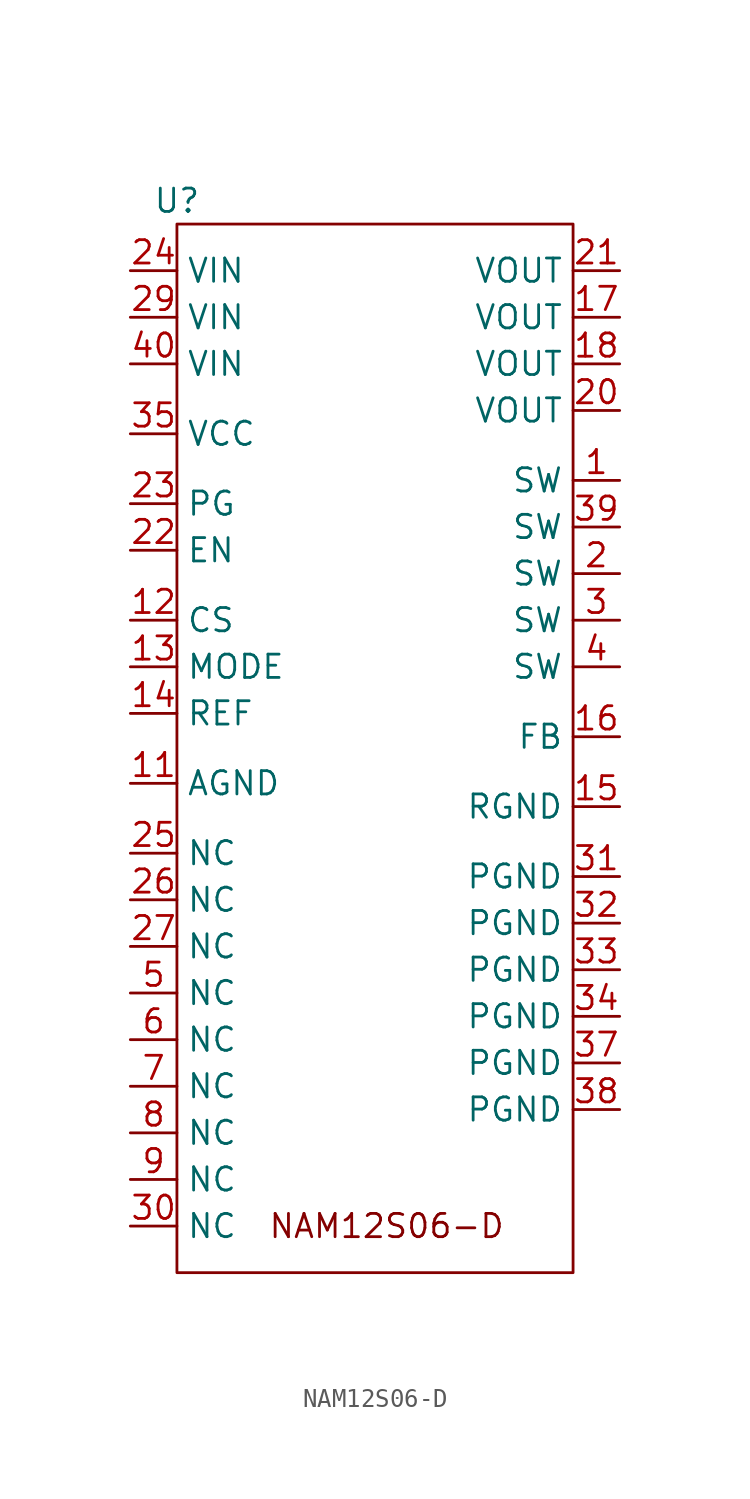
<source format=kicad_sym>
(kicad_symbol_lib
  (version 20220914)
  (generator kicad_symbol_editor)
  (symbol "NAM12S06-D"
    (property "Reference" "U"
      (at 0 0 0)
      (effects (font (size 1.27 1.27))))
    (property "Value" ""
      (at 0 0 0)
      (effects (font (size 1.27 1.27))))
    (symbol "NAM12S06-D_0_1"
      (rectangle (start 0 -1.27) (end 21.59 -58.42) (stroke (width 0) (type default)) (fill (type none))))
    (symbol "NAM12S06-D_1_1"
      (text "NAM12S06-D" (at 11.43 -55.88 0) (effects (font (size 1.27 1.27))))
      (pin bidirectional line (at 24.13 -15.24 180) (length 2.54) (name "SW" (effects (font (size 1.27 1.27)))) (number "1" (effects (font (size 1.27 1.27)))))
      (pin bidirectional line (at -2.54 -31.75 0) (length 2.54) (name "AGND" (effects (font (size 1.27 1.27)))) (number "11" (effects (font (size 1.27 1.27)))))
      (pin bidirectional line (at -2.54 -22.86 0) (length 2.54) (name "CS" (effects (font (size 1.27 1.27)))) (number "12" (effects (font (size 1.27 1.27)))))
      (pin bidirectional line (at -2.54 -25.4 0) (length 2.54) (name "MODE" (effects (font (size 1.27 1.27)))) (number "13" (effects (font (size 1.27 1.27)))))
      (pin bidirectional line (at -2.54 -27.94 0) (length 2.54) (name "REF" (effects (font (size 1.27 1.27)))) (number "14" (effects (font (size 1.27 1.27)))))
      (pin bidirectional line (at 24.13 -33.02 180) (length 2.54) (name "RGND" (effects (font (size 1.27 1.27)))) (number "15" (effects (font (size 1.27 1.27)))))
      (pin bidirectional line (at 24.13 -29.21 180) (length 2.54) (name "FB" (effects (font (size 1.27 1.27)))) (number "16" (effects (font (size 1.27 1.27)))))
      (pin bidirectional line (at 24.13 -6.35 180) (length 2.54) (name "VOUT" (effects (font (size 1.27 1.27)))) (number "17" (effects (font (size 1.27 1.27)))))
      (pin bidirectional line (at 24.13 -8.89 180) (length 2.54) (name "VOUT" (effects (font (size 1.27 1.27)))) (number "18" (effects (font (size 1.27 1.27)))))
      (pin bidirectional line (at 24.13 -20.32 180) (length 2.54) (name "SW" (effects (font (size 1.27 1.27)))) (number "2" (effects (font (size 1.27 1.27)))))
      (pin bidirectional line (at 24.13 -11.43 180) (length 2.54) (name "VOUT" (effects (font (size 1.27 1.27)))) (number "20" (effects (font (size 1.27 1.27)))))
      (pin bidirectional line (at 24.13 -3.81 180) (length 2.54) (name "VOUT" (effects (font (size 1.27 1.27)))) (number "21" (effects (font (size 1.27 1.27)))))
      (pin bidirectional line (at -2.54 -19.05 0) (length 2.54) (name "EN" (effects (font (size 1.27 1.27)))) (number "22" (effects (font (size 1.27 1.27)))))
      (pin bidirectional line (at -2.54 -16.51 0) (length 2.54) (name "PG" (effects (font (size 1.27 1.27)))) (number "23" (effects (font (size 1.27 1.27)))))
      (pin bidirectional line (at -2.54 -3.81 0) (length 2.54) (name "VIN" (effects (font (size 1.27 1.27)))) (number "24" (effects (font (size 1.27 1.27)))))
      (pin bidirectional line (at -2.54 -35.56 0) (length 2.54) (name "NC" (effects (font (size 1.27 1.27)))) (number "25" (effects (font (size 1.27 1.27)))))
      (pin bidirectional line (at -2.54 -38.1 0) (length 2.54) (name "NC" (effects (font (size 1.27 1.27)))) (number "26" (effects (font (size 1.27 1.27)))))
      (pin bidirectional line (at -2.54 -40.64 0) (length 2.54) (name "NC" (effects (font (size 1.27 1.27)))) (number "27" (effects (font (size 1.27 1.27)))))
      (pin bidirectional line (at -2.54 -6.35 0) (length 2.54) (name "VIN" (effects (font (size 1.27 1.27)))) (number "29" (effects (font (size 1.27 1.27)))))
      (pin bidirectional line (at 24.13 -22.86 180) (length 2.54) (name "SW" (effects (font (size 1.27 1.27)))) (number "3" (effects (font (size 1.27 1.27)))))
      (pin bidirectional line (at -2.54 -55.88 0) (length 2.54) (name "NC" (effects (font (size 1.27 1.27)))) (number "30" (effects (font (size 1.27 1.27)))))
      (pin bidirectional line (at 24.13 -36.83 180) (length 2.54) (name "PGND" (effects (font (size 1.27 1.27)))) (number "31" (effects (font (size 1.27 1.27)))))
      (pin bidirectional line (at 24.13 -39.37 180) (length 2.54) (name "PGND" (effects (font (size 1.27 1.27)))) (number "32" (effects (font (size 1.27 1.27)))))
      (pin bidirectional line (at 24.13 -41.91 180) (length 2.54) (name "PGND" (effects (font (size 1.27 1.27)))) (number "33" (effects (font (size 1.27 1.27)))))
      (pin bidirectional line (at 24.13 -44.45 180) (length 2.54) (name "PGND" (effects (font (size 1.27 1.27)))) (number "34" (effects (font (size 1.27 1.27)))))
      (pin bidirectional line (at -2.54 -12.7 0) (length 2.54) (name "VCC" (effects (font (size 1.27 1.27)))) (number "35" (effects (font (size 1.27 1.27)))))
      (pin bidirectional line (at 24.13 -46.99 180) (length 2.54) (name "PGND" (effects (font (size 1.27 1.27)))) (number "37" (effects (font (size 1.27 1.27)))))
      (pin bidirectional line (at 24.13 -49.53 180) (length 2.54) (name "PGND" (effects (font (size 1.27 1.27)))) (number "38" (effects (font (size 1.27 1.27)))))
      (pin bidirectional line (at 24.13 -17.78 180) (length 2.54) (name "SW" (effects (font (size 1.27 1.27)))) (number "39" (effects (font (size 1.27 1.27)))))
      (pin bidirectional line (at 24.13 -25.4 180) (length 2.54) (name "SW" (effects (font (size 1.27 1.27)))) (number "4" (effects (font (size 1.27 1.27)))))
      (pin bidirectional line (at -2.54 -8.89 0) (length 2.54) (name "VIN" (effects (font (size 1.27 1.27)))) (number "40" (effects (font (size 1.27 1.27)))))
      (pin bidirectional line (at -2.54 -43.18 0) (length 2.54) (name "NC" (effects (font (size 1.27 1.27)))) (number "5" (effects (font (size 1.27 1.27)))))
      (pin bidirectional line (at -2.54 -45.72 0) (length 2.54) (name "NC" (effects (font (size 1.27 1.27)))) (number "6" (effects (font (size 1.27 1.27)))))
      (pin bidirectional line (at -2.54 -48.26 0) (length 2.54) (name "NC" (effects (font (size 1.27 1.27)))) (number "7" (effects (font (size 1.27 1.27)))))
      (pin bidirectional line (at -2.54 -50.8 0) (length 2.54) (name "NC" (effects (font (size 1.27 1.27)))) (number "8" (effects (font (size 1.27 1.27)))))
      (pin bidirectional line (at -2.54 -53.34 0) (length 2.54) (name "NC" (effects (font (size 1.27 1.27)))) (number "9" (effects (font (size 1.27 1.27))))))))
</source>
